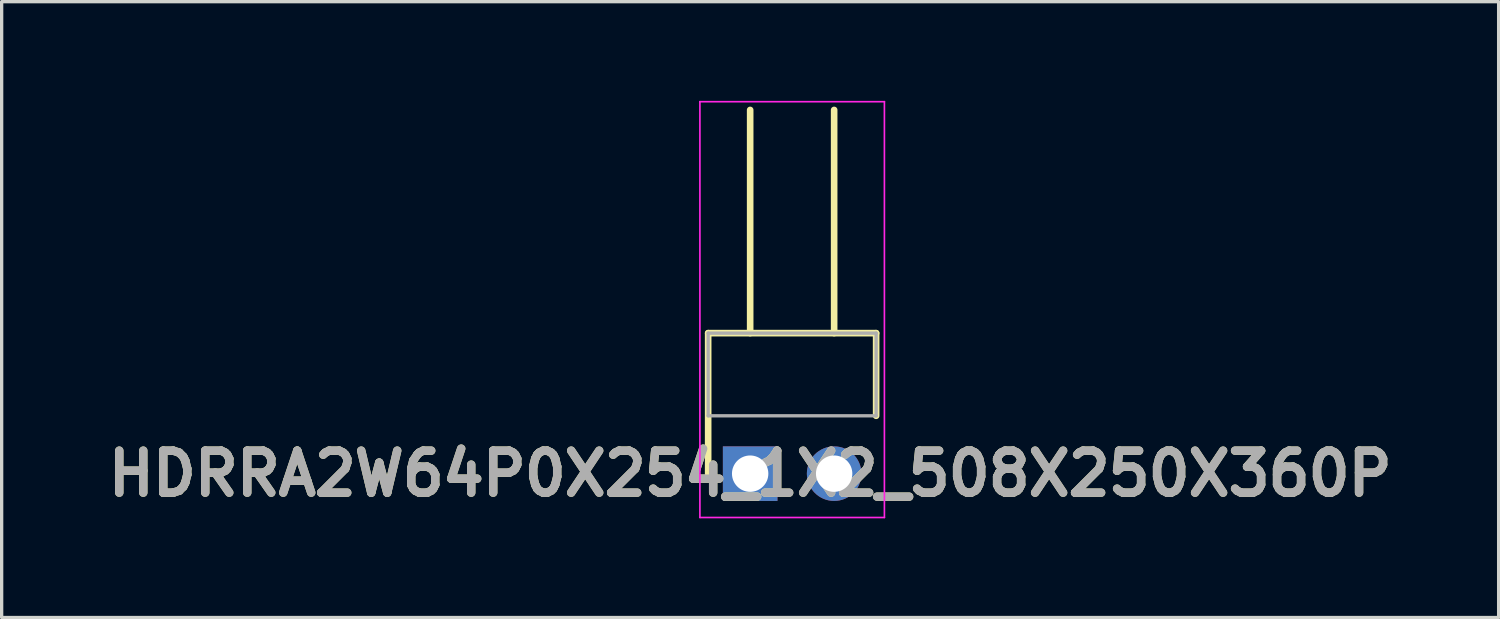
<source format=kicad_pcb>
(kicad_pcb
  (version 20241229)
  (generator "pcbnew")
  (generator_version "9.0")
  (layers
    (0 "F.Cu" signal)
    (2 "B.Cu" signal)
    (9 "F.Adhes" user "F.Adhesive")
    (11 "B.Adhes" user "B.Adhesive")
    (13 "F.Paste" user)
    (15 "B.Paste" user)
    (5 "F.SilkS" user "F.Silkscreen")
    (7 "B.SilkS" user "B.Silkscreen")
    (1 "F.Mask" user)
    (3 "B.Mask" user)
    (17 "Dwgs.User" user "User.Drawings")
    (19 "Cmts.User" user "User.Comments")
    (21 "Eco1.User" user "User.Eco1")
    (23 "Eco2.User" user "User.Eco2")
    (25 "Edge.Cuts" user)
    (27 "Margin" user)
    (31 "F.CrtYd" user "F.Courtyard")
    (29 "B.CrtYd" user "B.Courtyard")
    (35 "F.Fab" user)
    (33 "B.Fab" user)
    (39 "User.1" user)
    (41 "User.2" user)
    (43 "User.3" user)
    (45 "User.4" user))
  (footprint "HDRRA2W64P0X254_1X2_508X250X360P"
    (layer "F.Cu")
    (at 19.637 11.275)
    (property "Reference" "HDRRA2W64P0X254_1X2_508X250X360P" (at 0 0 0) (layer "F.SilkS") (effects (font (size 1.27 1.27) (thickness 0.254))))
    (attr through_hole)
    (fp_line (start -1.27 -4.25) (end 3.81 -4.25) (stroke (width 0.2) (type solid)) (layer "F.SilkS"))
    (fp_line (start -1.27 0) (end -1.27 -4.25) (stroke (width 0.2) (type solid)) (layer "F.SilkS"))
    (fp_line (start 0 -4.25) (end 0 -11) (stroke (width 0.2) (type solid)) (layer "F.SilkS"))
    (fp_line (start 2.54 -4.25) (end 2.54 -11) (stroke (width 0.2) (type solid)) (layer "F.SilkS"))
    (fp_line (start 3.81 -4.25) (end 3.81 -1.75) (stroke (width 0.2) (type solid)) (layer "F.SilkS"))
    (fp_line (start -1.52 -11.25) (end -1.52 1.325) (stroke (width 0.05) (type solid)) (layer "F.CrtYd"))
    (fp_line (start -1.52 1.325) (end 4.06 1.325) (stroke (width 0.05) (type solid)) (layer "F.CrtYd"))
    (fp_line (start 4.06 -11.25) (end -1.52 -11.25) (stroke (width 0.05) (type solid)) (layer "F.CrtYd"))
    (fp_line (start 4.06 1.325) (end 4.06 -11.25) (stroke (width 0.05) (type solid)) (layer "F.CrtYd"))
    (fp_line (start -1.27 -4.25) (end 3.81 -4.25) (stroke (width 0.1) (type solid)) (layer "F.Fab"))
    (fp_line (start -1.27 -1.75) (end -1.27 -4.25) (stroke (width 0.1) (type solid)) (layer "F.Fab"))
    (fp_line (start 3.81 -4.25) (end 3.81 -1.75) (stroke (width 0.1) (type solid)) (layer "F.Fab"))
    (fp_line (start 3.81 -1.75) (end -1.27 -1.75) (stroke (width 0.1) (type solid)) (layer "F.Fab"))
    (fp_text user "${REFERENCE}" (at 0 0 0) (layer "F.Fab") (effects (font (size 1.27 1.27) (thickness 0.254))))
    (pad "1" thru_hole rect (at 0 0) (size 1.65 1.65) (drill 1.1) (layers "*.Cu" "*.Mask"))
    (pad "2" thru_hole circle (at 2.54 0) (size 1.65 1.65) (drill 1.1) (layers "*.Cu" "*.Mask")))
  (gr_rect
    (start -3 -3)
    (end 42.273 15.625)
    (stroke (width 0.1) (type default))
    (fill no)
    (layer "Edge.Cuts")))
</source>
